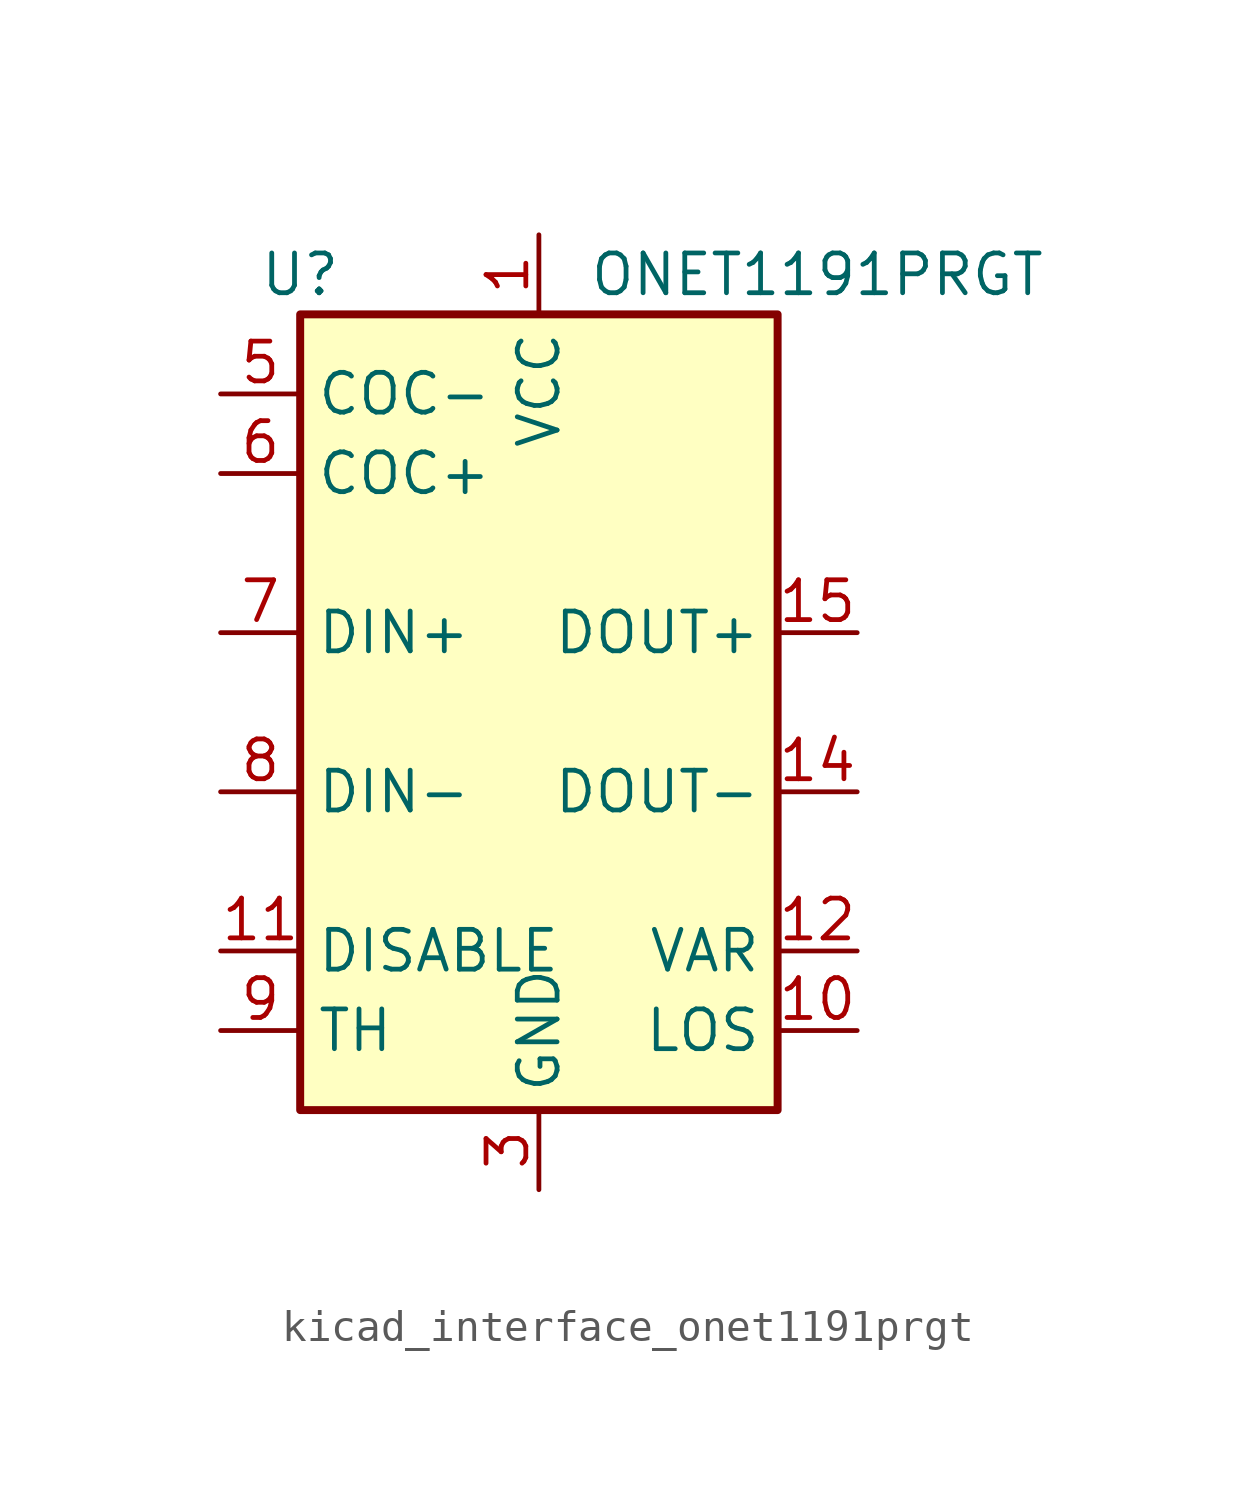
<source format=kicad_sym>
(kicad_symbol_lib
  (version 20220914)
  (generator kicad_symbol_editor)
  (symbol "kicad_interface_onet1191prgt"
    (property "Reference" "U"
      (at -7.62 13.97 0)
      (effects (font (size 1.27 1.27))))
    (property "Value" "ONET1191PRGT"
      (at 8.89 13.97 0)
      (effects (font (size 1.27 1.27))))
    (symbol "kicad_interface_onet1191prgt_0_1"
      (rectangle (start -7.62 12.7) (end 7.62 -12.7) (stroke (width 0.254) (type default)) (fill (type background))))
    (symbol "kicad_interface_onet1191prgt_1_1"
      (pin power_in line (at 0 15.24 270) (length 2.54) (name "VCC" (effects (font (size 1.27 1.27)))) (number "1" (effects (font (size 1.27 1.27)))))
      (pin open_collector line (at 10.16 -10.16 180) (length 2.54) (name "LOS" (effects (font (size 1.27 1.27)))) (number "10" (effects (font (size 1.27 1.27)))))
      (pin input line (at -10.16 -7.62 0) (length 2.54) (name "DISABLE" (effects (font (size 1.27 1.27)))) (number "11" (effects (font (size 1.27 1.27)))))
      (pin input line (at 10.16 -7.62 180) (length 2.54) (name "VAR" (effects (font (size 1.27 1.27)))) (number "12" (effects (font (size 1.27 1.27)))))
      (pin passive line (at 0 -15.24 90) (length 2.54) hide (name "GND" (effects (font (size 1.27 1.27)))) (number "13" (effects (font (size 1.27 1.27)))))
      (pin output line (at 10.16 -2.54 180) (length 2.54) (name "DOUT-" (effects (font (size 1.27 1.27)))) (number "14" (effects (font (size 1.27 1.27)))))
      (pin output line (at 10.16 2.54 180) (length 2.54) (name "DOUT+" (effects (font (size 1.27 1.27)))) (number "15" (effects (font (size 1.27 1.27)))))
      (pin passive line (at 0 -15.24 90) (length 2.54) hide (name "GND" (effects (font (size 1.27 1.27)))) (number "16" (effects (font (size 1.27 1.27)))))
      (pin passive line (at 0 -15.24 90) (length 2.54) hide (name "GND" (effects (font (size 1.27 1.27)))) (number "17" (effects (font (size 1.27 1.27)))))
      (pin passive line (at 0 15.24 270) (length 2.54) hide (name "VCC" (effects (font (size 1.27 1.27)))) (number "2" (effects (font (size 1.27 1.27)))))
      (pin power_in line (at 0 -15.24 90) (length 2.54) (name "GND" (effects (font (size 1.27 1.27)))) (number "3" (effects (font (size 1.27 1.27)))))
      (pin passive line (at 0 -15.24 90) (length 2.54) hide (name "GND" (effects (font (size 1.27 1.27)))) (number "4" (effects (font (size 1.27 1.27)))))
      (pin passive line (at -10.16 10.16 0) (length 2.54) (name "COC-" (effects (font (size 1.27 1.27)))) (number "5" (effects (font (size 1.27 1.27)))))
      (pin passive line (at -10.16 7.62 0) (length 2.54) (name "COC+" (effects (font (size 1.27 1.27)))) (number "6" (effects (font (size 1.27 1.27)))))
      (pin input line (at -10.16 2.54 0) (length 2.54) (name "DIN+" (effects (font (size 1.27 1.27)))) (number "7" (effects (font (size 1.27 1.27)))))
      (pin input line (at -10.16 -2.54 0) (length 2.54) (name "DIN-" (effects (font (size 1.27 1.27)))) (number "8" (effects (font (size 1.27 1.27)))))
      (pin input line (at -10.16 -10.16 0) (length 2.54) (name "TH" (effects (font (size 1.27 1.27)))) (number "9" (effects (font (size 1.27 1.27))))))))
</source>
